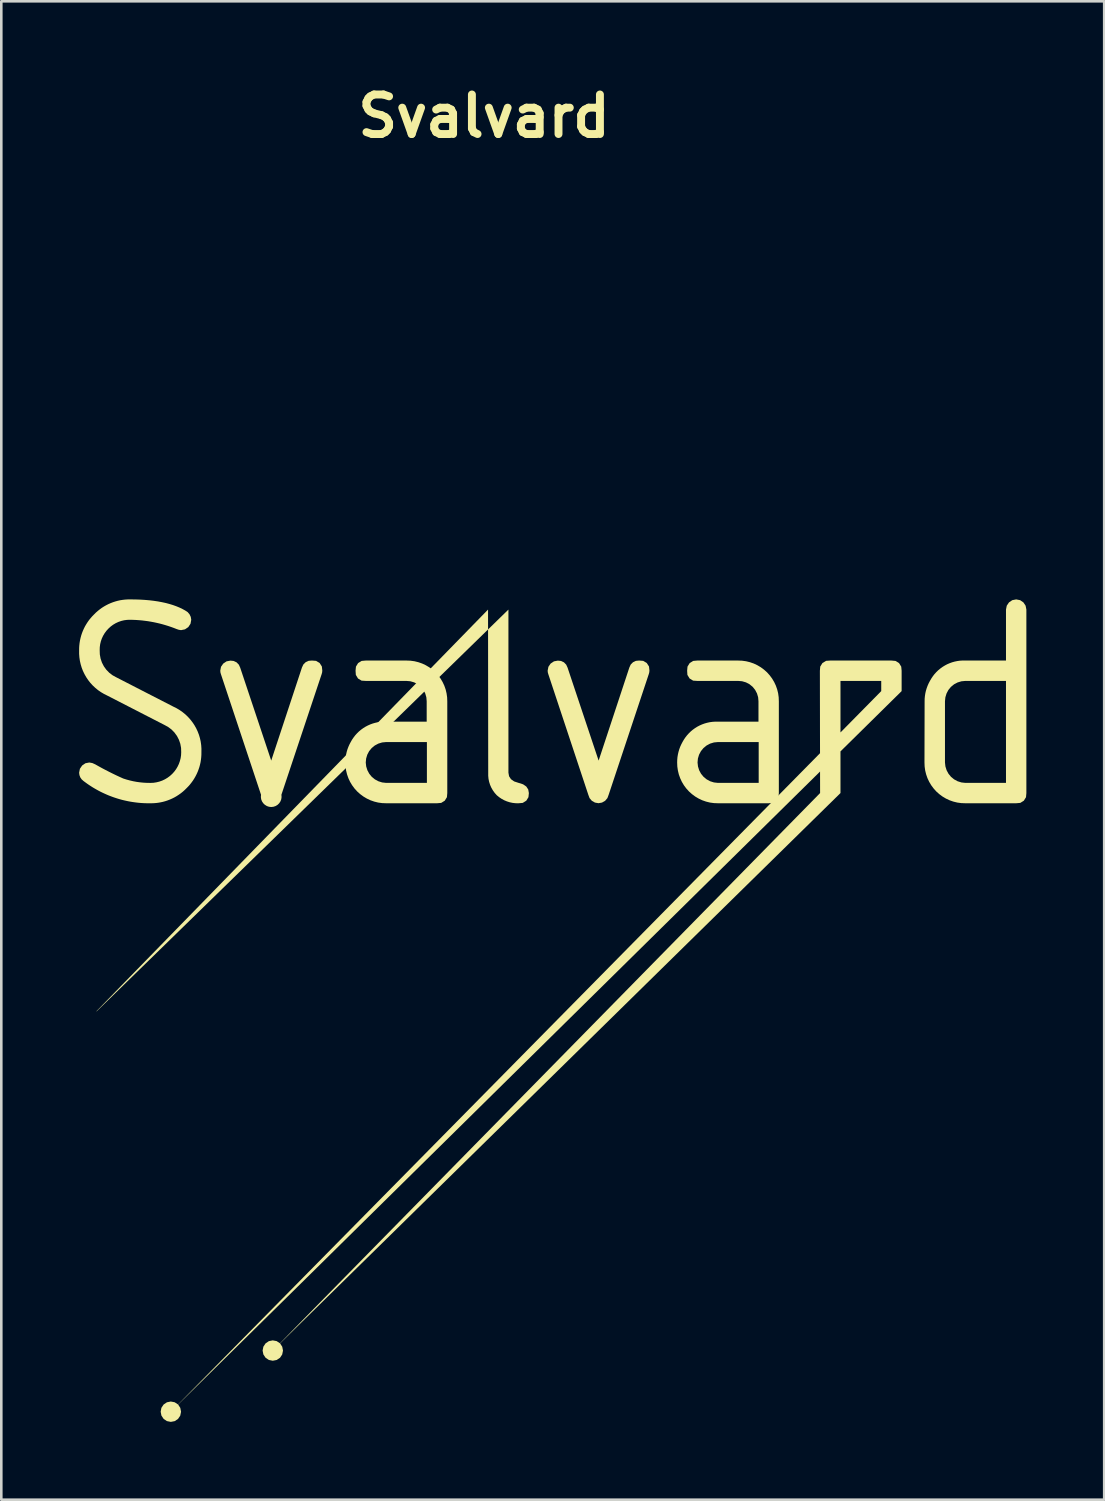
<source format=kicad_pcb>
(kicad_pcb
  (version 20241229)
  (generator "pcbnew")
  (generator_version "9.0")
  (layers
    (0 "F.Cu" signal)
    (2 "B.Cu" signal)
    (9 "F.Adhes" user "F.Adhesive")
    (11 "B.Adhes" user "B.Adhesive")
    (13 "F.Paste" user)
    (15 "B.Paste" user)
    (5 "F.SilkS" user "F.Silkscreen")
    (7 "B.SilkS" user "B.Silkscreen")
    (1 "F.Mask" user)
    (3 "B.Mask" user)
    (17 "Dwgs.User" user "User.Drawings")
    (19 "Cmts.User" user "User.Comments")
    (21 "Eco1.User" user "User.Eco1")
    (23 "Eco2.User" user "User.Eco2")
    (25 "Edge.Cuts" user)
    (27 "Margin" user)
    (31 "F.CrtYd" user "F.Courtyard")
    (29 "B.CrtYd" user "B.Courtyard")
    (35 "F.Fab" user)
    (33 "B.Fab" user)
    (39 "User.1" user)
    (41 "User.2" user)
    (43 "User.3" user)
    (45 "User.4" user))
  (footprint "Svalvard"
    (layer "F.Cu")
    (at 15.613 28.118)
    (property "Reference" "Svalvard" (at 0 -26.691 0) (layer "F.SilkS") (effects (font (size 1.524 1.524) (thickness 0.305))))
    (attr exclude_from_pos_files exclude_from_bom)
    (fp_poly (pts (xy 4.413 -1.848) (xy 5.598 -5.438) (xy 5.65 -5.551) (xy 5.737 -5.639) (xy 5.849 -5.693) (xy 5.972 -5.705) (xy 6.131 -5.693) (xy 6.268 -5.611) (xy 6.355 -5.476) (xy 6.372 -5.318) (xy 6.365 -5.251) (xy 6.348 -5.187) (xy 4.8 -0.532) (xy 4.752 -0.403) (xy 4.663 -0.298) (xy 4.543 -0.23) (xy 4.407 -0.206) (xy 4.272 -0.23) (xy 4.152 -0.298) (xy 4.063 -0.403) (xy 4.015 -0.532) (xy 2.472 -5.184) (xy 2.454 -5.248) (xy 2.448 -5.314) (xy 2.477 -5.464) (xy 2.563 -5.589) (xy 2.691 -5.674) (xy 2.841 -5.702) (xy 2.965 -5.689) (xy 3.076 -5.636) (xy 3.163 -5.547) (xy 3.215 -5.434) (xy 4.413 -1.848)) (stroke (width 0) (type solid)) (fill yes) (layer "F.SilkS"))
    (fp_poly (pts (xy -14.946 7.812) (xy -14.942 7.816) (xy -14.939 7.819) (xy 0.936 -7.67) (xy 0.936 -1.382) (xy 0.961 -1.244) (xy 1.035 -1.131) (xy 1.158 -1.045) (xy 1.329 -0.989) (xy 1.501 -0.934) (xy 1.624 -0.849) (xy 1.699 -0.736) (xy 1.724 -0.597) (xy 1.708 -0.438) (xy 1.624 -0.302) (xy 1.488 -0.218) (xy 1.329 -0.204) (xy 1.213 -0.205) (xy 1.098 -0.218) (xy 0.985 -0.242) (xy 0.875 -0.277) (xy 0.768 -0.322) (xy 0.667 -0.378) (xy 0.571 -0.443) (xy 0.482 -0.517) (xy 0.404 -0.606) (xy 0.335 -0.703) (xy 0.276 -0.806) (xy 0.228 -0.915) (xy 0.192 -1.029) (xy 0.168 -1.145) (xy 0.157 -1.263) (xy 0.157 -1.382) (xy 0.15 -7.67) (xy -14.946 7.812)) (stroke (width 0) (type solid)) (fill yes) (layer "F.SilkS"))
    (fp_poly (pts (xy -8.208 -1.848) (xy -7.023 -5.438) (xy -6.969 -5.553) (xy -6.88 -5.642) (xy -6.765 -5.695) (xy -6.638 -5.705) (xy -6.479 -5.693) (xy -6.342 -5.611) (xy -6.256 -5.476) (xy -6.239 -5.318) (xy -6.245 -5.251) (xy -6.262 -5.187) (xy -7.815 -0.532) (xy -7.809 -0.445) (xy -7.821 -0.358) (xy -7.852 -0.277) (xy -7.901 -0.204) (xy -7.963 -0.143) (xy -8.038 -0.097) (xy -8.121 -0.069) (xy -8.208 -0.059) (xy -8.295 -0.069) (xy -8.378 -0.097) (xy -8.452 -0.143) (xy -8.515 -0.204) (xy -8.564 -0.277) (xy -8.595 -0.358) (xy -8.607 -0.445) (xy -8.601 -0.532) (xy -10.148 -5.184) (xy -10.166 -5.248) (xy -10.172 -5.314) (xy -10.144 -5.464) (xy -10.057 -5.589) (xy -9.93 -5.674) (xy -9.779 -5.702) (xy -9.656 -5.689) (xy -9.544 -5.636) (xy -9.457 -5.547) (xy -9.405 -5.434) (xy -8.208 -1.848)) (stroke (width 0) (type solid)) (fill yes) (layer "F.SilkS"))
    (fp_poly (pts (xy 12.942 -5.313) (xy 12.956 -5.474) (xy 13.042 -5.611) (xy 13.181 -5.694) (xy 13.343 -5.705) (xy 15.7 -5.705) (xy 15.859 -5.69) (xy 15.994 -5.606) (xy 16.078 -5.471) (xy 16.093 -5.313) (xy 16.093 -4.527) (xy -11.797 22.975) (xy -11.713 23.103) (xy -11.684 23.253) (xy -11.715 23.403) (xy -11.8 23.529) (xy -11.928 23.614) (xy -12.078 23.643) (xy -12.228 23.613) (xy -12.355 23.528) (xy -12.44 23.401) (xy -12.47 23.251) (xy -12.441 23.101) (xy -12.356 22.974) (xy -12.229 22.888) (xy -12.079 22.858) (xy -11.929 22.887) (xy -11.801 22.971) (xy 15.307 -4.527) (xy 15.307 -4.92) (xy 13.736 -4.92) (xy 13.736 -0.597) (xy -7.867 20.618) (xy -7.783 20.746) (xy -7.754 20.896) (xy -7.785 21.046) (xy -7.87 21.173) (xy -7.998 21.257) (xy -8.148 21.286) (xy -8.298 21.256) (xy -8.425 21.171) (xy -8.51 21.044) (xy -8.54 20.894) (xy -8.51 20.744) (xy -8.426 20.617) (xy -8.299 20.531) (xy -8.15 20.501) (xy -8 20.529) (xy -7.872 20.613) (xy 12.95 -0.597) (xy 12.942 -5.313)) (stroke (width 0) (type solid)) (fill yes) (layer "F.SilkS"))
    (fp_poly (pts (xy 16.979 -4.134) (xy 17.994 -4.69) (xy 17.896 -4.571) (xy 17.824 -4.435) (xy 17.779 -4.287) (xy 17.764 -4.134) (xy 17.764 -1.775) (xy 17.781 -1.623) (xy 17.827 -1.476) (xy 17.9 -1.341) (xy 17.997 -1.222) (xy 18.116 -1.125) (xy 18.251 -1.052) (xy 18.398 -1.006) (xy 18.55 -0.989) (xy 20.116 -0.989) (xy 20.116 -4.92) (xy 18.55 -4.92) (xy 18.397 -4.905) (xy 18.249 -4.86) (xy 18.113 -4.788) (xy 17.994 -4.69) (xy 16.979 -4.134) (xy 16.981 -4.237) (xy 16.991 -4.34) (xy 17.007 -4.442) (xy 17.03 -4.543) (xy 17.06 -4.642) (xy 17.096 -4.739) (xy 17.138 -4.833) (xy 17.187 -4.925) (xy 17.239 -5.014) (xy 17.297 -5.1) (xy 17.36 -5.182) (xy 17.43 -5.259) (xy 17.504 -5.331) (xy 17.584 -5.397) (xy 17.668 -5.458) (xy 17.756 -5.512) (xy 17.847 -5.561) (xy 17.942 -5.602) (xy 18.039 -5.637) (xy 18.139 -5.665) (xy 18.241 -5.686) (xy 18.343 -5.7) (xy 18.447 -5.706) (xy 18.55 -5.705) (xy 20.116 -5.705) (xy 20.116 -7.67) (xy 20.146 -7.82) (xy 20.232 -7.947) (xy 20.359 -8.033) (xy 20.509 -8.062) (xy 20.66 -8.033) (xy 20.787 -7.947) (xy 20.872 -7.82) (xy 20.902 -7.67) (xy 20.902 -0.597) (xy 20.888 -0.438) (xy 20.804 -0.302) (xy 20.668 -0.218) (xy 20.509 -0.204) (xy 18.545 -0.204) (xy 18.391 -0.21) (xy 18.237 -0.231) (xy 18.087 -0.268) (xy 17.941 -0.319) (xy 17.801 -0.385) (xy 17.668 -0.464) (xy 17.544 -0.556) (xy 17.429 -0.659) (xy 17.326 -0.774) (xy 17.234 -0.898) (xy 17.155 -1.031) (xy 17.089 -1.171) (xy 17.038 -1.317) (xy 17.001 -1.468) (xy 16.98 -1.621) (xy 16.974 -1.775) (xy 16.979 -4.134)) (stroke (width 0) (type solid)) (fill yes) (layer "F.SilkS"))
    (fp_poly (pts (xy -3.778 -0.204) (xy -3.778 -0.989) (xy -2.207 -0.989) (xy -2.207 -2.563) (xy -3.778 -2.563) (xy -3.932 -2.548) (xy -4.079 -2.503) (xy -4.216 -2.43) (xy -4.335 -2.332) (xy -4.433 -2.213) (xy -4.505 -2.077) (xy -4.549 -1.929) (xy -4.564 -1.775) (xy -4.547 -1.623) (xy -4.501 -1.476) (xy -4.428 -1.341) (xy -4.331 -1.222) (xy -4.212 -1.125) (xy -4.077 -1.052) (xy -3.931 -1.006) (xy -3.778 -0.989) (xy -3.778 -0.204) (xy -3.933 -0.21) (xy -4.086 -0.231) (xy -4.236 -0.268) (xy -4.382 -0.319) (xy -4.522 -0.385) (xy -4.655 -0.464) (xy -4.779 -0.556) (xy -4.894 -0.659) (xy -4.998 -0.774) (xy -5.089 -0.898) (xy -5.169 -1.031) (xy -5.234 -1.171) (xy -5.285 -1.317) (xy -5.322 -1.468) (xy -5.343 -1.621) (xy -5.35 -1.775) (xy -5.347 -1.879) (xy -5.337 -1.982) (xy -5.321 -2.084) (xy -5.298 -2.185) (xy -5.269 -2.285) (xy -5.232 -2.382) (xy -5.19 -2.476) (xy -5.141 -2.568) (xy -5.09 -2.657) (xy -5.032 -2.742) (xy -4.969 -2.824) (xy -4.9 -2.9) (xy -4.826 -2.972) (xy -4.747 -3.038) (xy -4.664 -3.098) (xy -4.576 -3.153) (xy -4.485 -3.201) (xy -4.391 -3.243) (xy -4.294 -3.278) (xy -4.195 -3.306) (xy -4.094 -3.328) (xy -3.992 -3.342) (xy -3.89 -3.349) (xy -3.787 -3.348) (xy -2.215 -3.348) (xy -2.215 -4.134) (xy -2.228 -4.288) (xy -2.271 -4.437) (xy -2.343 -4.574) (xy -2.441 -4.694) (xy -2.561 -4.792) (xy -2.698 -4.864) (xy -2.847 -4.907) (xy -3.001 -4.92) (xy -4.564 -4.92) (xy -4.725 -4.93) (xy -4.863 -5.014) (xy -4.946 -5.152) (xy -4.957 -5.313) (xy -4.942 -5.471) (xy -4.859 -5.607) (xy -4.723 -5.691) (xy -4.564 -5.705) (xy -2.992 -5.705) (xy -2.838 -5.699) (xy -2.685 -5.678) (xy -2.535 -5.641) (xy -2.389 -5.59) (xy -2.249 -5.524) (xy -2.116 -5.445) (xy -1.991 -5.353) (xy -1.877 -5.25) (xy -1.773 -5.135) (xy -1.681 -5.011) (xy -1.602 -4.878) (xy -1.536 -4.738) (xy -1.485 -4.592) (xy -1.449 -4.442) (xy -1.427 -4.288) (xy -1.421 -4.134) (xy -1.421 -0.597) (xy -1.435 -0.438) (xy -1.519 -0.302) (xy -1.655 -0.218) (xy -1.814 -0.204) (xy -3.778 -0.204)) (stroke (width 0) (type solid)) (fill yes) (layer "F.SilkS"))
    (fp_poly (pts (xy 9.012 -0.204) (xy 9.012 -0.989) (xy 10.583 -0.989) (xy 10.583 -2.563) (xy 9.012 -2.563) (xy 8.858 -2.548) (xy 8.71 -2.503) (xy 8.574 -2.43) (xy 8.455 -2.332) (xy 8.357 -2.213) (xy 8.285 -2.077) (xy 8.24 -1.929) (xy 8.226 -1.775) (xy 8.243 -1.623) (xy 8.288 -1.476) (xy 8.361 -1.341) (xy 8.459 -1.222) (xy 8.577 -1.125) (xy 8.712 -1.052) (xy 8.859 -1.006) (xy 9.012 -0.989) (xy 9.012 -0.204) (xy 8.857 -0.21) (xy 8.704 -0.231) (xy 8.554 -0.268) (xy 8.408 -0.319) (xy 8.268 -0.385) (xy 8.135 -0.464) (xy 8.011 -0.556) (xy 7.896 -0.659) (xy 7.792 -0.774) (xy 7.7 -0.898) (xy 7.621 -1.031) (xy 7.556 -1.171) (xy 7.504 -1.317) (xy 7.468 -1.468) (xy 7.446 -1.621) (xy 7.44 -1.775) (xy 7.443 -1.879) (xy 7.452 -1.982) (xy 7.469 -2.084) (xy 7.492 -2.185) (xy 7.521 -2.285) (xy 7.557 -2.382) (xy 7.6 -2.476) (xy 7.648 -2.568) (xy 7.7 -2.657) (xy 7.757 -2.742) (xy 7.821 -2.824) (xy 7.89 -2.9) (xy 7.964 -2.972) (xy 8.043 -3.038) (xy 8.126 -3.098) (xy 8.213 -3.153) (xy 8.304 -3.201) (xy 8.399 -3.243) (xy 8.495 -3.278) (xy 8.594 -3.306) (xy 8.695 -3.328) (xy 8.797 -3.342) (xy 8.9 -3.349) (xy 9.003 -3.348) (xy 10.575 -3.348) (xy 10.575 -4.134) (xy 10.562 -4.288) (xy 10.518 -4.437) (xy 10.446 -4.574) (xy 10.349 -4.694) (xy 10.229 -4.792) (xy 10.092 -4.864) (xy 9.943 -4.907) (xy 9.789 -4.92) (xy 8.217 -4.92) (xy 8.056 -4.93) (xy 7.919 -5.014) (xy 7.835 -5.152) (xy 7.825 -5.313) (xy 7.839 -5.471) (xy 7.923 -5.607) (xy 8.058 -5.691) (xy 8.217 -5.705) (xy 9.789 -5.705) (xy 9.943 -5.699) (xy 10.096 -5.678) (xy 10.247 -5.641) (xy 10.393 -5.59) (xy 10.533 -5.524) (xy 10.666 -5.445) (xy 10.79 -5.353) (xy 10.905 -5.25) (xy 11.008 -5.135) (xy 11.1 -5.011) (xy 11.179 -4.878) (xy 11.245 -4.738) (xy 11.296 -4.592) (xy 11.333 -4.442) (xy 11.354 -4.288) (xy 11.36 -4.134) (xy 11.36 -0.597) (xy 11.346 -0.439) (xy 11.264 -0.304) (xy 11.13 -0.22) (xy 10.972 -0.204) (xy 9.012 -0.204)) (stroke (width 0) (type solid)) (fill yes) (layer "F.SilkS"))
    (fp_poly (pts (xy -10.899 -2.17) (xy -10.9 -2.073) (xy -10.906 -1.977) (xy -10.917 -1.881) (xy -10.932 -1.785) (xy -10.953 -1.691) (xy -10.978 -1.598) (xy -11.009 -1.506) (xy -11.043 -1.416) (xy -11.083 -1.327) (xy -11.127 -1.241) (xy -11.175 -1.157) (xy -11.227 -1.076) (xy -11.284 -0.998) (xy -11.344 -0.922) (xy -11.408 -0.85) (xy -11.476 -0.781) (xy -11.545 -0.713) (xy -11.617 -0.649) (xy -11.692 -0.589) (xy -11.771 -0.533) (xy -11.852 -0.48) (xy -11.935 -0.432) (xy -12.022 -0.388) (xy -12.11 -0.349) (xy -12.2 -0.314) (xy -12.291 -0.284) (xy -12.385 -0.258) (xy -12.479 -0.238) (xy -12.574 -0.222) (xy -12.67 -0.211) (xy -12.766 -0.205) (xy -12.863 -0.204) (xy -12.949 -0.203) (xy -13.036 -0.205) (xy -13.123 -0.208) (xy -13.209 -0.213) (xy -13.295 -0.22) (xy -13.382 -0.229) (xy -13.467 -0.24) (xy -13.553 -0.252) (xy -13.639 -0.266) (xy -13.724 -0.282) (xy -13.809 -0.3) (xy -13.893 -0.319) (xy -13.977 -0.34) (xy -14.06 -0.363) (xy -14.143 -0.388) (xy -14.226 -0.415) (xy -14.308 -0.443) (xy -14.389 -0.473) (xy -14.47 -0.504) (xy -14.55 -0.538) (xy -14.629 -0.573) (xy -14.707 -0.609) (xy -14.785 -0.647) (xy -14.862 -0.687) (xy -14.938 -0.729) (xy -15.013 -0.772) (xy -15.087 -0.816) (xy -15.161 -0.863) (xy -15.233 -0.91) (xy -15.304 -0.959) (xy -15.374 -1.01) (xy -15.444 -1.062) (xy -15.514 -1.124) (xy -15.568 -1.201) (xy -15.601 -1.289) (xy -15.613 -1.382) (xy -15.583 -1.533) (xy -15.496 -1.66) (xy -15.37 -1.746) (xy -15.22 -1.775) (xy -15.102 -1.753) (xy -14.993 -1.704) (xy -14.861 -1.63) (xy -14.728 -1.557) (xy -14.594 -1.486) (xy -14.459 -1.417) (xy -14.323 -1.349) (xy -14.187 -1.283) (xy -14.049 -1.219) (xy -13.911 -1.157) (xy -13.784 -1.117) (xy -13.655 -1.082) (xy -13.525 -1.052) (xy -13.394 -1.028) (xy -13.262 -1.01) (xy -13.129 -0.997) (xy -12.996 -0.99) (xy -12.863 -0.988) (xy -12.747 -0.993) (xy -12.632 -1.011) (xy -12.519 -1.039) (xy -12.409 -1.078) (xy -12.304 -1.128) (xy -12.204 -1.188) (xy -12.111 -1.257) (xy -12.025 -1.335) (xy -11.947 -1.421) (xy -11.877 -1.515) (xy -11.818 -1.614) (xy -11.768 -1.719) (xy -11.729 -1.829) (xy -11.7 -1.942) (xy -11.683 -2.057) (xy -11.678 -2.173) (xy -11.683 -2.337) (xy -11.713 -2.499) (xy -11.767 -2.654) (xy -11.843 -2.8) (xy -11.94 -2.933) (xy -12.055 -3.05) (xy -12.187 -3.148) (xy -12.331 -3.226) (xy -14.532 -4.357) (xy -14.654 -4.418) (xy -14.771 -4.487) (xy -14.883 -4.564) (xy -14.988 -4.65) (xy -15.087 -4.743) (xy -15.179 -4.843) (xy -15.263 -4.95) (xy -15.339 -5.063) (xy -15.406 -5.181) (xy -15.465 -5.303) (xy -15.514 -5.43) (xy -15.553 -5.56) (xy -15.583 -5.692) (xy -15.603 -5.827) (xy -15.613 -5.962) (xy -15.613 -6.098) (xy -15.612 -6.195) (xy -15.606 -6.291) (xy -15.595 -6.387) (xy -15.579 -6.482) (xy -15.558 -6.577) (xy -15.533 -6.67) (xy -15.503 -6.761) (xy -15.468 -6.851) (xy -15.428 -6.94) (xy -15.385 -7.026) (xy -15.336 -7.109) (xy -15.284 -7.19) (xy -15.228 -7.269) (xy -15.167 -7.344) (xy -15.103 -7.416) (xy -15.035 -7.485) (xy -14.967 -7.553) (xy -14.894 -7.617) (xy -14.819 -7.677) (xy -14.741 -7.734) (xy -14.66 -7.786) (xy -14.576 -7.834) (xy -14.49 -7.878) (xy -14.402 -7.917) (xy -14.312 -7.952) (xy -14.22 -7.982) (xy -14.127 -8.008) (xy -14.033 -8.029) (xy -13.937 -8.044) (xy -13.841 -8.055) (xy -13.745 -8.061) (xy -13.649 -8.062) (xy -13.453 -8.06) (xy -13.264 -8.054) (xy -13.081 -8.043) (xy -12.906 -8.028) (xy -12.737 -8.008) (xy -12.575 -7.984) (xy -12.42 -7.955) (xy -12.271 -7.923) (xy -12.13 -7.885) (xy -11.995 -7.844) (xy -11.867 -7.798) (xy -11.746 -7.748) (xy -11.631 -7.693) (xy -11.523 -7.634) (xy -11.43 -7.573) (xy -11.357 -7.488) (xy -11.309 -7.387) (xy -11.291 -7.277) (xy -11.319 -7.124) (xy -11.404 -6.995) (xy -11.532 -6.908) (xy -11.684 -6.877) (xy -11.771 -6.891) (xy -11.854 -6.919) (xy -11.961 -6.961) (xy -12.069 -7) (xy -12.178 -7.037) (xy -12.288 -7.071) (xy -12.399 -7.103) (xy -12.51 -7.132) (xy -12.622 -7.158) (xy -12.734 -7.182) (xy -12.848 -7.203) (xy -12.961 -7.222) (xy -13.075 -7.237) (xy -13.189 -7.251) (xy -13.304 -7.261) (xy -13.419 -7.269) (xy -13.534 -7.274) (xy -13.649 -7.277) (xy -13.764 -7.273) (xy -13.879 -7.258) (xy -13.991 -7.231) (xy -14.1 -7.193) (xy -14.205 -7.144) (xy -14.304 -7.085) (xy -14.397 -7.016) (xy -14.482 -6.938) (xy -14.56 -6.853) (xy -14.629 -6.76) (xy -14.688 -6.661) (xy -14.737 -6.556) (xy -14.775 -6.447) (xy -14.802 -6.335) (xy -14.817 -6.22) (xy -14.82 -6.105) (xy -14.815 -5.942) (xy -14.786 -5.782) (xy -14.734 -5.627) (xy -14.659 -5.482) (xy -14.564 -5.35) (xy -14.45 -5.233) (xy -14.32 -5.135) (xy -14.177 -5.057) (xy -11.976 -3.926) (xy -11.853 -3.865) (xy -11.736 -3.795) (xy -11.624 -3.716) (xy -11.518 -3.63) (xy -11.419 -3.535) (xy -11.328 -3.434) (xy -11.244 -3.326) (xy -11.168 -3.213) (xy -11.101 -3.094) (xy -11.043 -2.97) (xy -10.994 -2.842) (xy -10.955 -2.711) (xy -10.926 -2.578) (xy -10.907 -2.443) (xy -10.898 -2.306) (xy -10.899 -2.17)) (stroke (width 0) (type solid)) (fill yes) (layer "F.SilkS")))
  (gr_rect
    (start -3 -3)
    (end 39.515 54.761)
    (stroke (width 0.1) (type default))
    (fill no)
    (layer "Edge.Cuts")))
</source>
